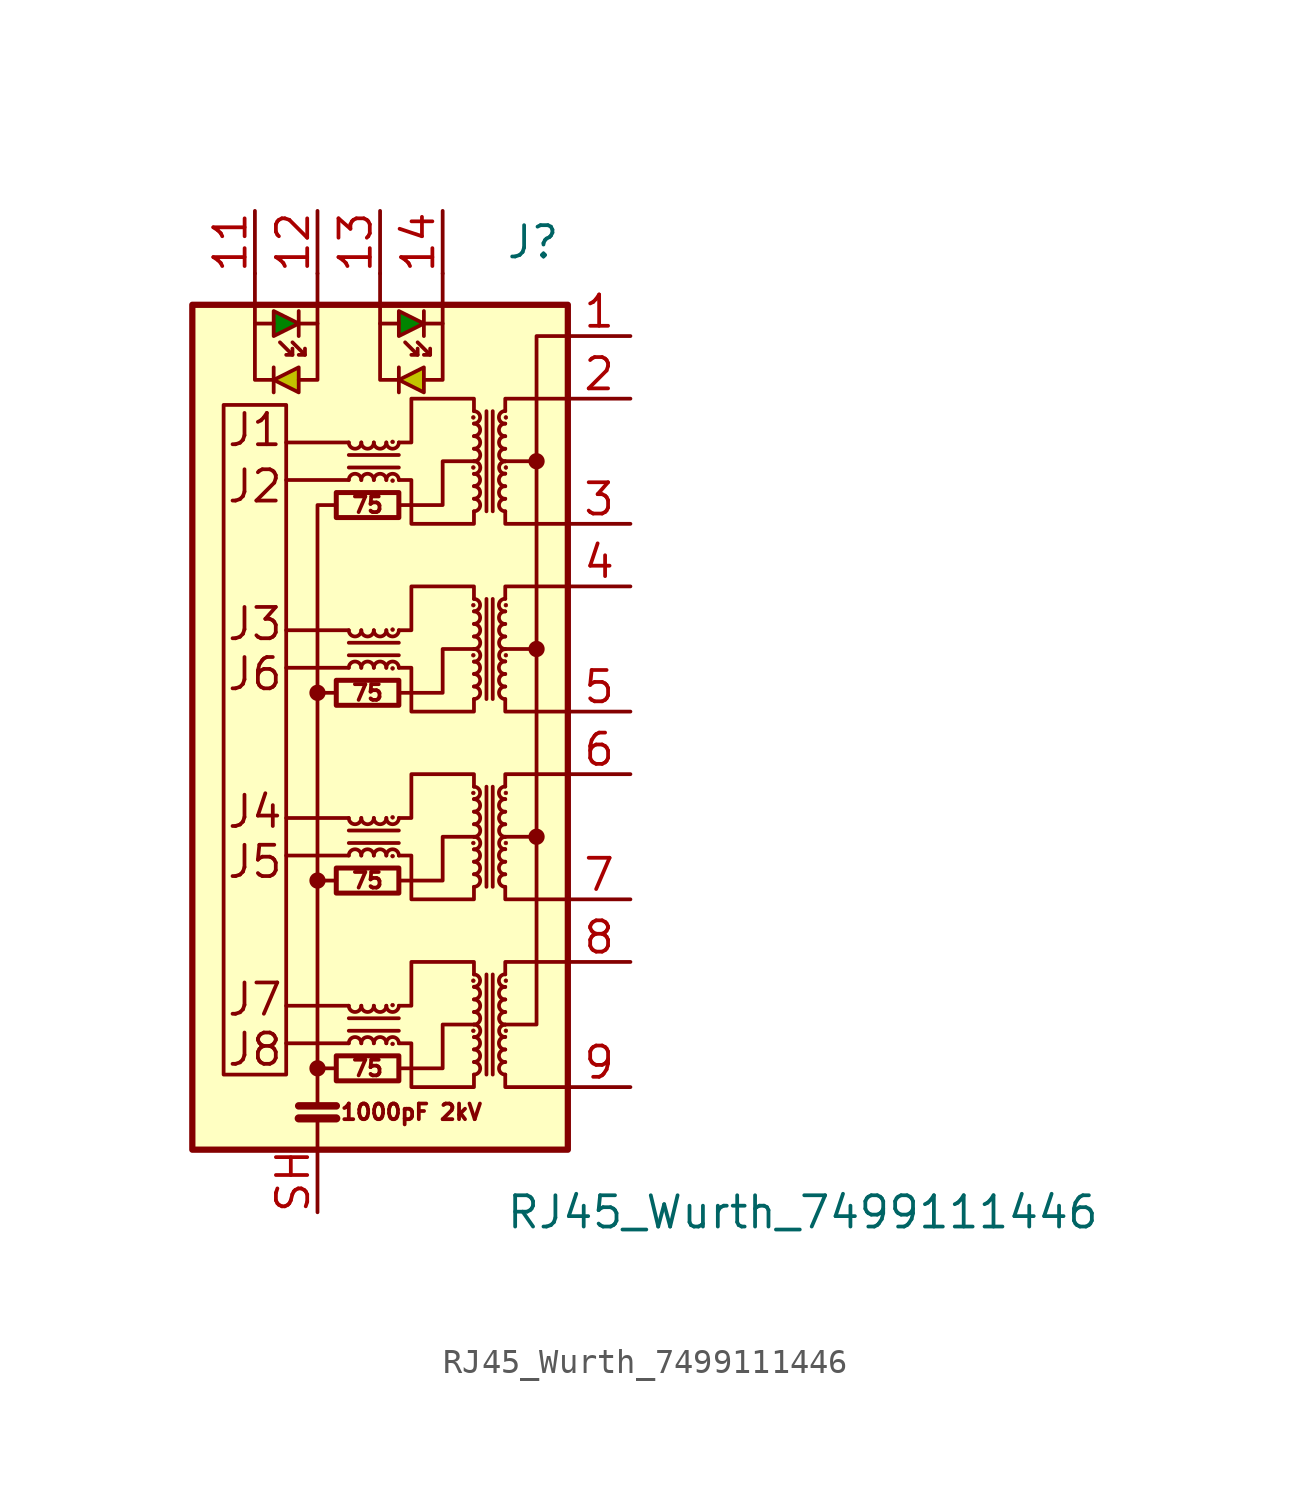
<source format=kicad_sym>
(kicad_symbol_lib
  (version 20220914)
  (generator kicad_symbol_editor)
  (symbol "RJ45_Wurth_7499111446"
    (pin_names
      (offset 0.025) hide)
    (property "Reference" "J"
      (at 5.08 19.05 0)
      (effects (font (size 1.27 1.27)) (justify left)))
    (property "Value" "RJ45_Wurth_7499111446"
      (at 5.08 -20.32 0)
      (effects (font (size 1.27 1.27)) (justify left)))
    (symbol "RJ45_Wurth_7499111446_0_0"
      (polyline (pts (xy -1.778 -14.478) (xy -2.54 -14.478)) (stroke (width 0) (type default)) (fill (type none)))
      (polyline (pts (xy -1.27 -13.462) (xy -3.81 -13.462)) (stroke (width 0) (type default)) (fill (type none)))
      (polyline (pts (xy -1.27 -11.938) (xy -3.81 -11.938)) (stroke (width 0) (type default)) (fill (type none)))
      (polyline (pts (xy -1.27 -5.842) (xy -3.81 -5.842)) (stroke (width 0) (type default)) (fill (type none)))
      (polyline (pts (xy -1.27 -4.318) (xy -3.81 -4.318)) (stroke (width 0) (type default)) (fill (type none)))
      (polyline (pts (xy -1.27 1.778) (xy -3.81 1.778)) (stroke (width 0) (type default)) (fill (type none)))
      (polyline (pts (xy -1.27 3.302) (xy -3.81 3.302)) (stroke (width 0) (type default)) (fill (type none)))
      (polyline (pts (xy -1.27 9.398) (xy -3.81 9.398)) (stroke (width 0) (type default)) (fill (type none)))
      (polyline (pts (xy -1.27 10.922) (xy -3.81 10.922)) (stroke (width 0) (type default)) (fill (type none)))
      (polyline (pts (xy 5.08 2.54) (xy 6.35 2.54)) (stroke (width 0) (type default)) (fill (type none)))
      (polyline (pts (xy 6.35 -5.08) (xy 5.08 -5.08)) (stroke (width 0) (type default)) (fill (type none)))
      (polyline (pts (xy 6.35 10.16) (xy 5.08 10.16)) (stroke (width 0) (type default)) (fill (type none)))
      (polyline (pts (xy -4.318 13.462) (xy -5.08 13.462) (xy -5.08 15.748)) (stroke (width 0) (type default)) (fill (type none)))
      (polyline (pts (xy -3.302 13.462) (xy -2.54 13.462) (xy -2.54 15.748)) (stroke (width 0) (type default)) (fill (type none)))
      (polyline (pts (xy 0.762 13.462) (xy 0 13.462) (xy 0 15.748)) (stroke (width 0) (type default)) (fill (type none)))
      (polyline (pts (xy 1.778 13.462) (xy 2.54 13.462) (xy 2.54 15.748)) (stroke (width 0) (type default)) (fill (type none)))
      (polyline (pts (xy 0.762 -14.478) (xy 2.54 -14.478) (xy 2.54 -12.7) (xy 3.81 -12.7)) (stroke (width 0) (type default)) (fill (type none)))
      (polyline (pts (xy 0.762 -6.858) (xy 2.54 -6.858) (xy 2.54 -5.08) (xy 3.81 -5.08)) (stroke (width 0) (type default)) (fill (type none)))
      (polyline (pts (xy 0.762 0.762) (xy 2.54 0.762) (xy 2.54 2.54) (xy 3.81 2.54)) (stroke (width 0) (type default)) (fill (type none)))
      (polyline (pts (xy 0.762 8.382) (xy 2.54 8.382) (xy 2.54 10.16) (xy 3.81 10.16)) (stroke (width 0) (type default)) (fill (type none)))
      (text "1000pF 2kV" (at 1.27 -16.256 0) (effects (font (size 0.635 0.635))))
      (text "75" (at -0.508 -14.478 0) (effects (font (size 0.635 0.635))))
      (text "75" (at -0.508 -6.858 0) (effects (font (size 0.635 0.635))))
      (text "75" (at -0.508 0.762 0) (effects (font (size 0.635 0.635))))
      (text "75" (at -0.508 8.382 0) (effects (font (size 0.635 0.635))))
      (text "J1" (at -5.08 11.43 0) (effects (font (size 1.27 1.27))))
      (text "J2" (at -5.08 9.144 0) (effects (font (size 1.27 1.27))))
      (text "J3" (at -5.08 3.556 0) (effects (font (size 1.27 1.27))))
      (text "J4" (at -5.08 -4.064 0) (effects (font (size 1.27 1.27))))
      (text "J5" (at -5.08 -6.096 0) (effects (font (size 1.27 1.27))))
      (text "J6" (at -5.08 1.524 0) (effects (font (size 1.27 1.27))))
      (text "J7" (at -5.08 -11.684 0) (effects (font (size 1.27 1.27))))
      (text "J8" (at -5.08 -13.716 0) (effects (font (size 1.27 1.27)))))
    (symbol "RJ45_Wurth_7499111446_0_1"
      (rectangle (start -7.62 16.51) (end 7.62 -17.78) (stroke (width 0.254) (type default)) (fill (type background)))
      (rectangle (start -3.81 -14.732) (end -6.35 12.446) (stroke (width 0) (type default)) (fill (type none)))
      (circle (center -2.54 -14.478) (radius 0.254) (stroke (width 0) (type default)) (fill (type outline)))
      (circle (center -2.54 -6.858) (radius 0.254) (stroke (width 0) (type default)) (fill (type outline)))
      (circle (center -2.54 0.762) (radius 0.254) (stroke (width 0) (type default)) (fill (type outline)))
      (rectangle (start -1.778 -14.986) (end 0.762 -13.97) (stroke (width 0.203) (type default)) (fill (type none)))
      (rectangle (start -1.778 -7.366) (end 0.762 -6.35) (stroke (width 0.203) (type default)) (fill (type none)))
      (rectangle (start -1.778 0.254) (end 0.762 1.27) (stroke (width 0.203) (type default)) (fill (type none)))
      (rectangle (start -1.778 7.874) (end 0.762 8.89) (stroke (width 0.203) (type default)) (fill (type none)))
      (arc (start -1.27 -11.938) (mid -1.016 -12.1909) (end -0.762 -11.938) (stroke (width 0) (type default)) (fill (type none)))
      (arc (start -1.27 -4.318) (mid -1.016 -4.5709) (end -0.762 -4.318) (stroke (width 0) (type default)) (fill (type none)))
      (arc (start -1.27 3.302) (mid -1.016 3.0491) (end -0.762 3.302) (stroke (width 0) (type default)) (fill (type none)))
      (arc (start -1.27 10.922) (mid -1.016 10.6691) (end -0.762 10.922) (stroke (width 0) (type default)) (fill (type none)))
      (arc (start -0.762 -13.462) (mid -1.016 -13.2091) (end -1.27 -13.462) (stroke (width 0) (type default)) (fill (type none)))
      (arc (start -0.762 -11.938) (mid -0.508 -12.1909) (end -0.254 -11.938) (stroke (width 0) (type default)) (fill (type none)))
      (arc (start -0.762 -5.842) (mid -1.016 -5.5891) (end -1.27 -5.842) (stroke (width 0) (type default)) (fill (type none)))
      (arc (start -0.762 -4.318) (mid -0.508 -4.5709) (end -0.254 -4.318) (stroke (width 0) (type default)) (fill (type none)))
      (arc (start -0.762 1.778) (mid -1.016 2.0309) (end -1.27 1.778) (stroke (width 0) (type default)) (fill (type none)))
      (arc (start -0.762 3.302) (mid -0.508 3.0491) (end -0.254 3.302) (stroke (width 0) (type default)) (fill (type none)))
      (arc (start -0.762 9.398) (mid -1.016 9.6509) (end -1.27 9.398) (stroke (width 0) (type default)) (fill (type none)))
      (arc (start -0.762 10.922) (mid -0.508 10.6691) (end -0.254 10.922) (stroke (width 0) (type default)) (fill (type none)))
      (arc (start -0.254 -13.462) (mid -0.508 -13.2091) (end -0.762 -13.462) (stroke (width 0) (type default)) (fill (type none)))
      (arc (start -0.254 -11.938) (mid 0 -12.1909) (end 0.254 -11.938) (stroke (width 0) (type default)) (fill (type none)))
      (arc (start -0.254 -5.842) (mid -0.508 -5.5891) (end -0.762 -5.842) (stroke (width 0) (type default)) (fill (type none)))
      (arc (start -0.254 -4.318) (mid 0 -4.5709) (end 0.254 -4.318) (stroke (width 0) (type default)) (fill (type none)))
      (arc (start -0.254 1.778) (mid -0.508 2.0309) (end -0.762 1.778) (stroke (width 0) (type default)) (fill (type none)))
      (arc (start -0.254 3.302) (mid 0 3.0491) (end 0.254 3.302) (stroke (width 0) (type default)) (fill (type none)))
      (arc (start -0.254 9.398) (mid -0.508 9.6509) (end -0.762 9.398) (stroke (width 0) (type default)) (fill (type none)))
      (arc (start -0.254 10.922) (mid 0 10.6691) (end 0.254 10.922) (stroke (width 0) (type default)) (fill (type none)))
      (polyline (pts (xy -4.318 13.97) (xy -4.318 12.954)) (stroke (width 0) (type default)) (fill (type none)))
      (polyline (pts (xy -3.556 14.478) (xy -4.064 14.986)) (stroke (width 0) (type default)) (fill (type none)))
      (polyline (pts (xy -3.302 -16.51) (xy -1.778 -16.51)) (stroke (width 0.33) (type default)) (fill (type none)))
      (polyline (pts (xy -3.302 -16.002) (xy -1.778 -16.002)) (stroke (width 0.305) (type default)) (fill (type none)))
      (polyline (pts (xy -3.302 16.256) (xy -3.302 15.24)) (stroke (width 0) (type default)) (fill (type none)))
      (polyline (pts (xy -3.048 14.478) (xy -3.556 14.986)) (stroke (width 0) (type default)) (fill (type none)))
      (polyline (pts (xy -2.54 -17.78) (xy -2.54 -16.51)) (stroke (width 0) (type default)) (fill (type none)))
      (polyline (pts (xy -2.54 0.762) (xy -1.778 0.762)) (stroke (width 0) (type default)) (fill (type none)))
      (polyline (pts (xy -1.778 -6.858) (xy -2.54 -6.858)) (stroke (width 0) (type default)) (fill (type none)))
      (polyline (pts (xy -1.27 -12.954) (xy 0.762 -12.954)) (stroke (width 0) (type default)) (fill (type none)))
      (polyline (pts (xy -1.27 -5.334) (xy 0.762 -5.334)) (stroke (width 0) (type default)) (fill (type none)))
      (polyline (pts (xy -1.27 2.286) (xy 0.762 2.286)) (stroke (width 0) (type default)) (fill (type none)))
      (polyline (pts (xy -1.27 9.906) (xy 0.762 9.906)) (stroke (width 0) (type default)) (fill (type none)))
      (polyline (pts (xy 0.762 -12.446) (xy -1.27 -12.446)) (stroke (width 0) (type default)) (fill (type none)))
      (polyline (pts (xy 0.762 -4.826) (xy -1.27 -4.826)) (stroke (width 0) (type default)) (fill (type none)))
      (polyline (pts (xy 0.762 2.794) (xy -1.27 2.794)) (stroke (width 0) (type default)) (fill (type none)))
      (polyline (pts (xy 0.762 10.414) (xy -1.27 10.414)) (stroke (width 0) (type default)) (fill (type none)))
      (polyline (pts (xy 0.762 13.97) (xy 0.762 12.954)) (stroke (width 0) (type default)) (fill (type none)))
      (polyline (pts (xy 1.524 14.478) (xy 1.016 14.986)) (stroke (width 0) (type default)) (fill (type none)))
      (polyline (pts (xy 1.778 16.256) (xy 1.778 15.24)) (stroke (width 0) (type default)) (fill (type none)))
      (polyline (pts (xy 2.032 14.478) (xy 1.524 14.986)) (stroke (width 0) (type default)) (fill (type none)))
      (polyline (pts (xy 4.318 -10.668) (xy 4.318 -14.732)) (stroke (width 0) (type default)) (fill (type none)))
      (polyline (pts (xy 4.318 -3.048) (xy 4.318 -7.112)) (stroke (width 0) (type default)) (fill (type none)))
      (polyline (pts (xy 4.318 4.572) (xy 4.318 0.508)) (stroke (width 0) (type default)) (fill (type none)))
      (polyline (pts (xy 4.318 12.192) (xy 4.318 8.128)) (stroke (width 0) (type default)) (fill (type none)))
      (polyline (pts (xy 4.572 -14.732) (xy 4.572 -10.668)) (stroke (width 0) (type default)) (fill (type none)))
      (polyline (pts (xy 4.572 -7.112) (xy 4.572 -3.048)) (stroke (width 0) (type default)) (fill (type none)))
      (polyline (pts (xy 4.572 0.508) (xy 4.572 4.572)) (stroke (width 0) (type default)) (fill (type none)))
      (polyline (pts (xy 4.572 8.128) (xy 4.572 12.192)) (stroke (width 0) (type default)) (fill (type none)))
      (polyline (pts (xy -5.08 17.78) (xy -5.08 15.748) (xy -4.318 15.748)) (stroke (width 0) (type default)) (fill (type none)))
      (polyline (pts (xy -3.556 14.732) (xy -3.556 14.478) (xy -3.81 14.478)) (stroke (width 0) (type default)) (fill (type none)))
      (polyline (pts (xy -3.048 14.732) (xy -3.048 14.478) (xy -3.302 14.478)) (stroke (width 0) (type default)) (fill (type none)))
      (polyline (pts (xy -2.54 -16.002) (xy -2.54 8.382) (xy -1.778 8.382)) (stroke (width 0) (type default)) (fill (type none)))
      (polyline (pts (xy -2.54 17.78) (xy -2.54 15.748) (xy -3.302 15.748)) (stroke (width 0) (type default)) (fill (type none)))
      (polyline (pts (xy 0 17.78) (xy 0 15.748) (xy 0.762 15.748)) (stroke (width 0) (type default)) (fill (type none)))
      (polyline (pts (xy 1.524 14.732) (xy 1.524 14.478) (xy 1.27 14.478)) (stroke (width 0) (type default)) (fill (type none)))
      (polyline (pts (xy 2.032 14.732) (xy 2.032 14.478) (xy 1.778 14.478)) (stroke (width 0) (type default)) (fill (type none)))
      (polyline (pts (xy 2.54 17.78) (xy 2.54 15.748) (xy 1.778 15.748)) (stroke (width 0) (type default)) (fill (type none)))
      (polyline (pts (xy 5.08 -14.732) (xy 5.08 -15.24) (xy 7.62 -15.24)) (stroke (width 0) (type default)) (fill (type none)))
      (polyline (pts (xy 5.08 -10.668) (xy 5.08 -10.16) (xy 7.62 -10.16)) (stroke (width 0) (type default)) (fill (type none)))
      (polyline (pts (xy 5.08 -7.112) (xy 5.08 -7.62) (xy 7.62 -7.62)) (stroke (width 0) (type default)) (fill (type none)))
      (polyline (pts (xy 5.08 -3.048) (xy 5.08 -2.54) (xy 7.62 -2.54)) (stroke (width 0) (type default)) (fill (type none)))
      (polyline (pts (xy 5.08 0.508) (xy 5.08 0) (xy 7.62 0)) (stroke (width 0) (type default)) (fill (type none)))
      (polyline (pts (xy 5.08 4.572) (xy 5.08 5.08) (xy 7.62 5.08)) (stroke (width 0) (type default)) (fill (type none)))
      (polyline (pts (xy 5.08 8.128) (xy 5.08 7.62) (xy 7.62 7.62)) (stroke (width 0) (type default)) (fill (type none)))
      (polyline (pts (xy 5.08 12.192) (xy 5.08 12.7) (xy 7.62 12.7)) (stroke (width 0) (type default)) (fill (type none)))
      (polyline (pts (xy -4.318 13.462) (xy -3.302 13.97) (xy -3.302 12.954) (xy -4.318 13.462)) (stroke (width 0) (type default)) (fill (type color) (color 194 194 0 1)))
      (polyline (pts (xy -3.302 15.748) (xy -4.318 16.256) (xy -4.318 15.24) (xy -3.302 15.748)) (stroke (width 0) (type default)) (fill (type color) (color 0 132 0 1)))
      (polyline (pts (xy 0.762 13.462) (xy 1.778 13.97) (xy 1.778 12.954) (xy 0.762 13.462)) (stroke (width 0) (type default)) (fill (type color) (color 194 194 0 1)))
      (polyline (pts (xy 1.778 15.748) (xy 0.762 16.256) (xy 0.762 15.24) (xy 1.778 15.748)) (stroke (width 0) (type default)) (fill (type color) (color 0 132 0 1)))
      (polyline (pts (xy 7.62 15.24) (xy 6.35 15.24) (xy 6.35 -12.7) (xy 5.08 -12.7)) (stroke (width 0) (type default)) (fill (type none)))
      (polyline (pts (xy 0.762 -11.938) (xy 1.27 -11.938) (xy 1.27 -10.16) (xy 3.81 -10.16) (xy 3.81 -10.668)) (stroke (width 0) (type default)) (fill (type none)))
      (polyline (pts (xy 0.762 -4.318) (xy 1.27 -4.318) (xy 1.27 -2.54) (xy 3.81 -2.54) (xy 3.81 -3.048)) (stroke (width 0) (type default)) (fill (type none)))
      (polyline (pts (xy 0.762 3.302) (xy 1.27 3.302) (xy 1.27 5.08) (xy 3.81 5.08) (xy 3.81 4.572)) (stroke (width 0) (type default)) (fill (type none)))
      (polyline (pts (xy 0.762 10.922) (xy 1.27 10.922) (xy 1.27 12.7) (xy 3.81 12.7) (xy 3.81 12.192)) (stroke (width 0) (type default)) (fill (type none)))
      (polyline (pts (xy 3.81 -14.732) (xy 3.81 -15.24) (xy 1.27 -15.24) (xy 1.27 -13.462) (xy 0.762 -13.462)) (stroke (width 0) (type default)) (fill (type none)))
      (polyline (pts (xy 3.81 -7.112) (xy 3.81 -7.62) (xy 1.27 -7.62) (xy 1.27 -5.842) (xy 0.762 -5.842)) (stroke (width 0) (type default)) (fill (type none)))
      (polyline (pts (xy 3.81 0.508) (xy 3.81 0) (xy 1.27 0) (xy 1.27 1.778) (xy 0.762 1.778)) (stroke (width 0) (type default)) (fill (type none)))
      (polyline (pts (xy 3.81 8.128) (xy 3.81 7.62) (xy 1.27 7.62) (xy 1.27 9.398) (xy 0.762 9.398)) (stroke (width 0) (type default)) (fill (type none)))
      (arc (start 0.254 -13.462) (mid 0 -13.2091) (end -0.254 -13.462) (stroke (width 0) (type default)) (fill (type none)))
      (arc (start 0.254 -11.938) (mid 0.508 -12.1909) (end 0.762 -11.938) (stroke (width 0) (type default)) (fill (type none)))
      (arc (start 0.254 -5.842) (mid 0 -5.5891) (end -0.254 -5.842) (stroke (width 0) (type default)) (fill (type none)))
      (arc (start 0.254 -4.318) (mid 0.508 -4.5709) (end 0.762 -4.318) (stroke (width 0) (type default)) (fill (type none)))
      (arc (start 0.254 1.778) (mid 0 2.0309) (end -0.254 1.778) (stroke (width 0) (type default)) (fill (type none)))
      (arc (start 0.254 3.302) (mid 0.508 3.0491) (end 0.762 3.302) (stroke (width 0) (type default)) (fill (type none)))
      (arc (start 0.254 9.398) (mid 0 9.6509) (end -0.254 9.398) (stroke (width 0) (type default)) (fill (type none)))
      (arc (start 0.254 10.922) (mid 0.508 10.6691) (end 0.762 10.922) (stroke (width 0) (type default)) (fill (type none)))
      (circle (center 0.508 -13.487) (radius 0.076) (stroke (width 0.025) (type default)) (fill (type outline)))
      (circle (center 0.508 -11.913) (radius 0.076) (stroke (width 0.025) (type default)) (fill (type outline)))
      (circle (center 0.508 -5.867) (radius 0.076) (stroke (width 0.025) (type default)) (fill (type outline)))
      (circle (center 0.508 -4.293) (radius 0.076) (stroke (width 0.025) (type default)) (fill (type outline)))
      (circle (center 0.508 1.753) (radius 0.076) (stroke (width 0.025) (type default)) (fill (type outline)))
      (circle (center 0.508 3.327) (radius 0.076) (stroke (width 0.025) (type default)) (fill (type outline)))
      (circle (center 0.508 9.373) (radius 0.076) (stroke (width 0.025) (type default)) (fill (type outline)))
      (circle (center 0.508 10.947) (radius 0.076) (stroke (width 0.025) (type default)) (fill (type outline)))
      (arc (start 0.762 -13.462) (mid 0.508 -13.2091) (end 0.254 -13.462) (stroke (width 0) (type default)) (fill (type none)))
      (arc (start 0.762 -5.842) (mid 0.508 -5.5891) (end 0.254 -5.842) (stroke (width 0) (type default)) (fill (type none)))
      (arc (start 0.762 1.778) (mid 0.508 2.0309) (end 0.254 1.778) (stroke (width 0) (type default)) (fill (type none)))
      (arc (start 0.762 9.398) (mid 0.508 9.6509) (end 0.254 9.398) (stroke (width 0) (type default)) (fill (type none)))
      (circle (center 3.785 -12.954) (radius 0.076) (stroke (width 0.025) (type default)) (fill (type outline)))
      (circle (center 3.785 -10.922) (radius 0.076) (stroke (width 0.025) (type default)) (fill (type outline)))
      (circle (center 3.785 -5.334) (radius 0.076) (stroke (width 0.025) (type default)) (fill (type outline)))
      (circle (center 3.785 -3.302) (radius 0.076) (stroke (width 0.025) (type default)) (fill (type outline)))
      (circle (center 3.785 2.286) (radius 0.076) (stroke (width 0.025) (type default)) (fill (type outline)))
      (circle (center 3.785 4.318) (radius 0.076) (stroke (width 0.025) (type default)) (fill (type outline)))
      (circle (center 3.785 9.906) (radius 0.076) (stroke (width 0.025) (type default)) (fill (type outline)))
      (circle (center 3.785 11.938) (radius 0.076) (stroke (width 0.025) (type default)) (fill (type outline)))
      (arc (start 3.81 -14.732) (mid 4.0629 -14.478) (end 3.81 -14.224) (stroke (width 0) (type default)) (fill (type none)))
      (arc (start 3.81 -14.224) (mid 4.0629 -13.97) (end 3.81 -13.716) (stroke (width 0) (type default)) (fill (type none)))
      (arc (start 3.81 -13.716) (mid 4.0629 -13.462) (end 3.81 -13.208) (stroke (width 0) (type default)) (fill (type none)))
      (arc (start 3.81 -13.208) (mid 4.0629 -12.954) (end 3.81 -12.7) (stroke (width 0) (type default)) (fill (type none)))
      (arc (start 3.81 -12.7) (mid 4.0629 -12.446) (end 3.81 -12.192) (stroke (width 0) (type default)) (fill (type none)))
      (arc (start 3.81 -12.192) (mid 4.0629 -11.938) (end 3.81 -11.684) (stroke (width 0) (type default)) (fill (type none)))
      (arc (start 3.81 -11.684) (mid 4.0629 -11.43) (end 3.81 -11.176) (stroke (width 0) (type default)) (fill (type none)))
      (arc (start 3.81 -11.176) (mid 4.0629 -10.922) (end 3.81 -10.668) (stroke (width 0) (type default)) (fill (type none)))
      (arc (start 3.81 -7.112) (mid 4.0629 -6.858) (end 3.81 -6.604) (stroke (width 0) (type default)) (fill (type none)))
      (arc (start 3.81 -6.604) (mid 4.0629 -6.35) (end 3.81 -6.096) (stroke (width 0) (type default)) (fill (type none)))
      (arc (start 3.81 -6.096) (mid 4.0629 -5.842) (end 3.81 -5.588) (stroke (width 0) (type default)) (fill (type none)))
      (arc (start 3.81 -5.588) (mid 4.0629 -5.334) (end 3.81 -5.08) (stroke (width 0) (type default)) (fill (type none)))
      (arc (start 3.81 -5.08) (mid 4.0629 -4.826) (end 3.81 -4.572) (stroke (width 0) (type default)) (fill (type none)))
      (arc (start 3.81 -4.572) (mid 4.0629 -4.318) (end 3.81 -4.064) (stroke (width 0) (type default)) (fill (type none)))
      (arc (start 3.81 -4.064) (mid 4.0629 -3.81) (end 3.81 -3.556) (stroke (width 0) (type default)) (fill (type none)))
      (arc (start 3.81 -3.556) (mid 4.0629 -3.302) (end 3.81 -3.048) (stroke (width 0) (type default)) (fill (type none)))
      (arc (start 3.81 0.508) (mid 4.0629 0.762) (end 3.81 1.016) (stroke (width 0) (type default)) (fill (type none)))
      (arc (start 3.81 1.016) (mid 4.0629 1.27) (end 3.81 1.524) (stroke (width 0) (type default)) (fill (type none)))
      (arc (start 3.81 1.524) (mid 4.0629 1.778) (end 3.81 2.032) (stroke (width 0) (type default)) (fill (type none)))
      (arc (start 3.81 2.032) (mid 4.0629 2.286) (end 3.81 2.54) (stroke (width 0) (type default)) (fill (type none)))
      (arc (start 3.81 2.54) (mid 4.0629 2.794) (end 3.81 3.048) (stroke (width 0) (type default)) (fill (type none)))
      (arc (start 3.81 3.048) (mid 4.0629 3.302) (end 3.81 3.556) (stroke (width 0) (type default)) (fill (type none)))
      (arc (start 3.81 3.556) (mid 4.0629 3.81) (end 3.81 4.064) (stroke (width 0) (type default)) (fill (type none)))
      (arc (start 3.81 4.064) (mid 4.0629 4.318) (end 3.81 4.572) (stroke (width 0) (type default)) (fill (type none)))
      (arc (start 3.81 8.128) (mid 4.0629 8.382) (end 3.81 8.636) (stroke (width 0) (type default)) (fill (type none)))
      (arc (start 3.81 8.636) (mid 4.0629 8.89) (end 3.81 9.144) (stroke (width 0) (type default)) (fill (type none)))
      (arc (start 3.81 9.144) (mid 4.0629 9.398) (end 3.81 9.652) (stroke (width 0) (type default)) (fill (type none)))
      (arc (start 3.81 9.652) (mid 4.0629 9.906) (end 3.81 10.16) (stroke (width 0) (type default)) (fill (type none)))
      (arc (start 3.81 10.16) (mid 4.0629 10.414) (end 3.81 10.668) (stroke (width 0) (type default)) (fill (type none)))
      (arc (start 3.81 10.668) (mid 4.0629 10.922) (end 3.81 11.176) (stroke (width 0) (type default)) (fill (type none)))
      (arc (start 3.81 11.176) (mid 4.0629 11.43) (end 3.81 11.684) (stroke (width 0) (type default)) (fill (type none)))
      (arc (start 3.81 11.684) (mid 4.0629 11.938) (end 3.81 12.192) (stroke (width 0) (type default)) (fill (type none)))
      (arc (start 5.08 -14.224) (mid 4.8271 -14.478) (end 5.08 -14.732) (stroke (width 0) (type default)) (fill (type none)))
      (arc (start 5.08 -13.716) (mid 4.8271 -13.97) (end 5.08 -14.224) (stroke (width 0) (type default)) (fill (type none)))
      (arc (start 5.08 -13.208) (mid 4.8271 -13.462) (end 5.08 -13.716) (stroke (width 0) (type default)) (fill (type none)))
      (arc (start 5.08 -12.7) (mid 4.8271 -12.954) (end 5.08 -13.208) (stroke (width 0) (type default)) (fill (type none)))
      (arc (start 5.08 -12.192) (mid 4.8271 -12.446) (end 5.08 -12.7) (stroke (width 0) (type default)) (fill (type none)))
      (arc (start 5.08 -11.684) (mid 4.8271 -11.938) (end 5.08 -12.192) (stroke (width 0) (type default)) (fill (type none)))
      (arc (start 5.08 -11.176) (mid 4.8271 -11.43) (end 5.08 -11.684) (stroke (width 0) (type default)) (fill (type none)))
      (arc (start 5.08 -10.668) (mid 4.8271 -10.922) (end 5.08 -11.176) (stroke (width 0) (type default)) (fill (type none)))
      (arc (start 5.08 -6.604) (mid 4.8271 -6.858) (end 5.08 -7.112) (stroke (width 0) (type default)) (fill (type none)))
      (arc (start 5.08 -6.096) (mid 4.8271 -6.35) (end 5.08 -6.604) (stroke (width 0) (type default)) (fill (type none)))
      (arc (start 5.08 -5.588) (mid 4.8271 -5.842) (end 5.08 -6.096) (stroke (width 0) (type default)) (fill (type none)))
      (arc (start 5.08 -5.08) (mid 4.8271 -5.334) (end 5.08 -5.588) (stroke (width 0) (type default)) (fill (type none)))
      (arc (start 5.08 -4.572) (mid 4.8271 -4.826) (end 5.08 -5.08) (stroke (width 0) (type default)) (fill (type none)))
      (arc (start 5.08 -4.064) (mid 4.8271 -4.318) (end 5.08 -4.572) (stroke (width 0) (type default)) (fill (type none)))
      (arc (start 5.08 -3.556) (mid 4.8271 -3.81) (end 5.08 -4.064) (stroke (width 0) (type default)) (fill (type none)))
      (arc (start 5.08 -3.048) (mid 4.8271 -3.302) (end 5.08 -3.556) (stroke (width 0) (type default)) (fill (type none)))
      (arc (start 5.08 1.016) (mid 4.8271 0.762) (end 5.08 0.508) (stroke (width 0) (type default)) (fill (type none)))
      (arc (start 5.08 1.524) (mid 4.8271 1.27) (end 5.08 1.016) (stroke (width 0) (type default)) (fill (type none)))
      (arc (start 5.08 2.032) (mid 4.8271 1.778) (end 5.08 1.524) (stroke (width 0) (type default)) (fill (type none)))
      (arc (start 5.08 2.54) (mid 4.8271 2.286) (end 5.08 2.032) (stroke (width 0) (type default)) (fill (type none)))
      (arc (start 5.08 3.048) (mid 4.8271 2.794) (end 5.08 2.54) (stroke (width 0) (type default)) (fill (type none)))
      (arc (start 5.08 3.556) (mid 4.8271 3.302) (end 5.08 3.048) (stroke (width 0) (type default)) (fill (type none)))
      (arc (start 5.08 4.064) (mid 4.8271 3.81) (end 5.08 3.556) (stroke (width 0) (type default)) (fill (type none)))
      (arc (start 5.08 4.572) (mid 4.8271 4.318) (end 5.08 4.064) (stroke (width 0) (type default)) (fill (type none)))
      (arc (start 5.08 8.636) (mid 4.8271 8.382) (end 5.08 8.128) (stroke (width 0) (type default)) (fill (type none)))
      (arc (start 5.08 9.144) (mid 4.8271 8.89) (end 5.08 8.636) (stroke (width 0) (type default)) (fill (type none)))
      (arc (start 5.08 9.652) (mid 4.8271 9.398) (end 5.08 9.144) (stroke (width 0) (type default)) (fill (type none)))
      (arc (start 5.08 10.16) (mid 4.8271 9.906) (end 5.08 9.652) (stroke (width 0) (type default)) (fill (type none)))
      (arc (start 5.08 10.668) (mid 4.8271 10.414) (end 5.08 10.16) (stroke (width 0) (type default)) (fill (type none)))
      (arc (start 5.08 11.176) (mid 4.8271 10.922) (end 5.08 10.668) (stroke (width 0) (type default)) (fill (type none)))
      (arc (start 5.08 11.684) (mid 4.8271 11.43) (end 5.08 11.176) (stroke (width 0) (type default)) (fill (type none)))
      (arc (start 5.08 12.192) (mid 4.8271 11.938) (end 5.08 11.684) (stroke (width 0) (type default)) (fill (type none)))
      (circle (center 5.105 -12.954) (radius 0.076) (stroke (width 0.025) (type default)) (fill (type outline)))
      (circle (center 5.105 -10.922) (radius 0.076) (stroke (width 0.025) (type default)) (fill (type outline)))
      (circle (center 5.105 -5.334) (radius 0.076) (stroke (width 0.025) (type default)) (fill (type outline)))
      (circle (center 5.105 -3.302) (radius 0.076) (stroke (width 0.025) (type default)) (fill (type outline)))
      (circle (center 5.105 2.286) (radius 0.076) (stroke (width 0.025) (type default)) (fill (type outline)))
      (circle (center 5.105 4.318) (radius 0.076) (stroke (width 0.025) (type default)) (fill (type outline)))
      (circle (center 5.105 9.906) (radius 0.076) (stroke (width 0.025) (type default)) (fill (type outline)))
      (circle (center 5.105 11.938) (radius 0.076) (stroke (width 0.025) (type default)) (fill (type outline)))
      (circle (center 6.35 -5.08) (radius 0.254) (stroke (width 0) (type default)) (fill (type outline)))
      (circle (center 6.35 2.54) (radius 0.254) (stroke (width 0) (type default)) (fill (type outline)))
      (circle (center 6.35 10.16) (radius 0.254) (stroke (width 0) (type default)) (fill (type outline)))
      (pin power_in line (at -2.54 -20.32 90) (length 2.54) (name "~" (effects (font (size 1.27 1.27)))) (number "SH" (effects (font (size 1.27 1.27))))))
    (symbol "RJ45_Wurth_7499111446_1_1"
      (pin passive line (at 10.16 15.24 180) (length 2.54) (name "~" (effects (font (size 1.27 1.27)))) (number "1" (effects (font (size 1.27 1.27)))))
      (pin no_connect line (at 0 -17.78 90) (length 2.54) hide (name "~" (effects (font (size 1.27 1.27)))) (number "10U" (effects (font (size 1.27 1.27)))))
      (pin passive line (at -5.08 20.32 270) (length 2.54) (name "~" (effects (font (size 1.27 1.27)))) (number "11" (effects (font (size 1.27 1.27)))))
      (pin passive line (at -2.54 20.32 270) (length 2.54) (name "~" (effects (font (size 1.27 1.27)))) (number "12" (effects (font (size 1.27 1.27)))))
      (pin passive line (at 0 20.32 270) (length 2.54) (name "~" (effects (font (size 1.27 1.27)))) (number "13" (effects (font (size 1.27 1.27)))))
      (pin passive line (at 2.54 20.32 270) (length 2.54) (name "~" (effects (font (size 1.27 1.27)))) (number "14" (effects (font (size 1.27 1.27)))))
      (pin passive line (at 10.16 12.7 180) (length 2.54) (name "~" (effects (font (size 1.27 1.27)))) (number "2" (effects (font (size 1.27 1.27)))))
      (pin passive line (at 10.16 7.62 180) (length 2.54) (name "~" (effects (font (size 1.27 1.27)))) (number "3" (effects (font (size 1.27 1.27)))))
      (pin passive line (at 10.16 5.08 180) (length 2.54) (name "~" (effects (font (size 1.27 1.27)))) (number "4" (effects (font (size 1.27 1.27)))))
      (pin passive line (at 10.16 0 180) (length 2.54) (name "~" (effects (font (size 1.27 1.27)))) (number "5" (effects (font (size 1.27 1.27)))))
      (pin passive line (at 10.16 -2.54 180) (length 2.54) (name "~" (effects (font (size 1.27 1.27)))) (number "6" (effects (font (size 1.27 1.27)))))
      (pin passive line (at 10.16 -7.62 180) (length 2.54) (name "~" (effects (font (size 1.27 1.27)))) (number "7" (effects (font (size 1.27 1.27)))))
      (pin passive line (at 10.16 -10.16 180) (length 2.54) (name "~" (effects (font (size 1.27 1.27)))) (number "8" (effects (font (size 1.27 1.27)))))
      (pin passive line (at 10.16 -15.24 180) (length 2.54) (name "~" (effects (font (size 1.27 1.27)))) (number "9" (effects (font (size 1.27 1.27))))))))
</source>
